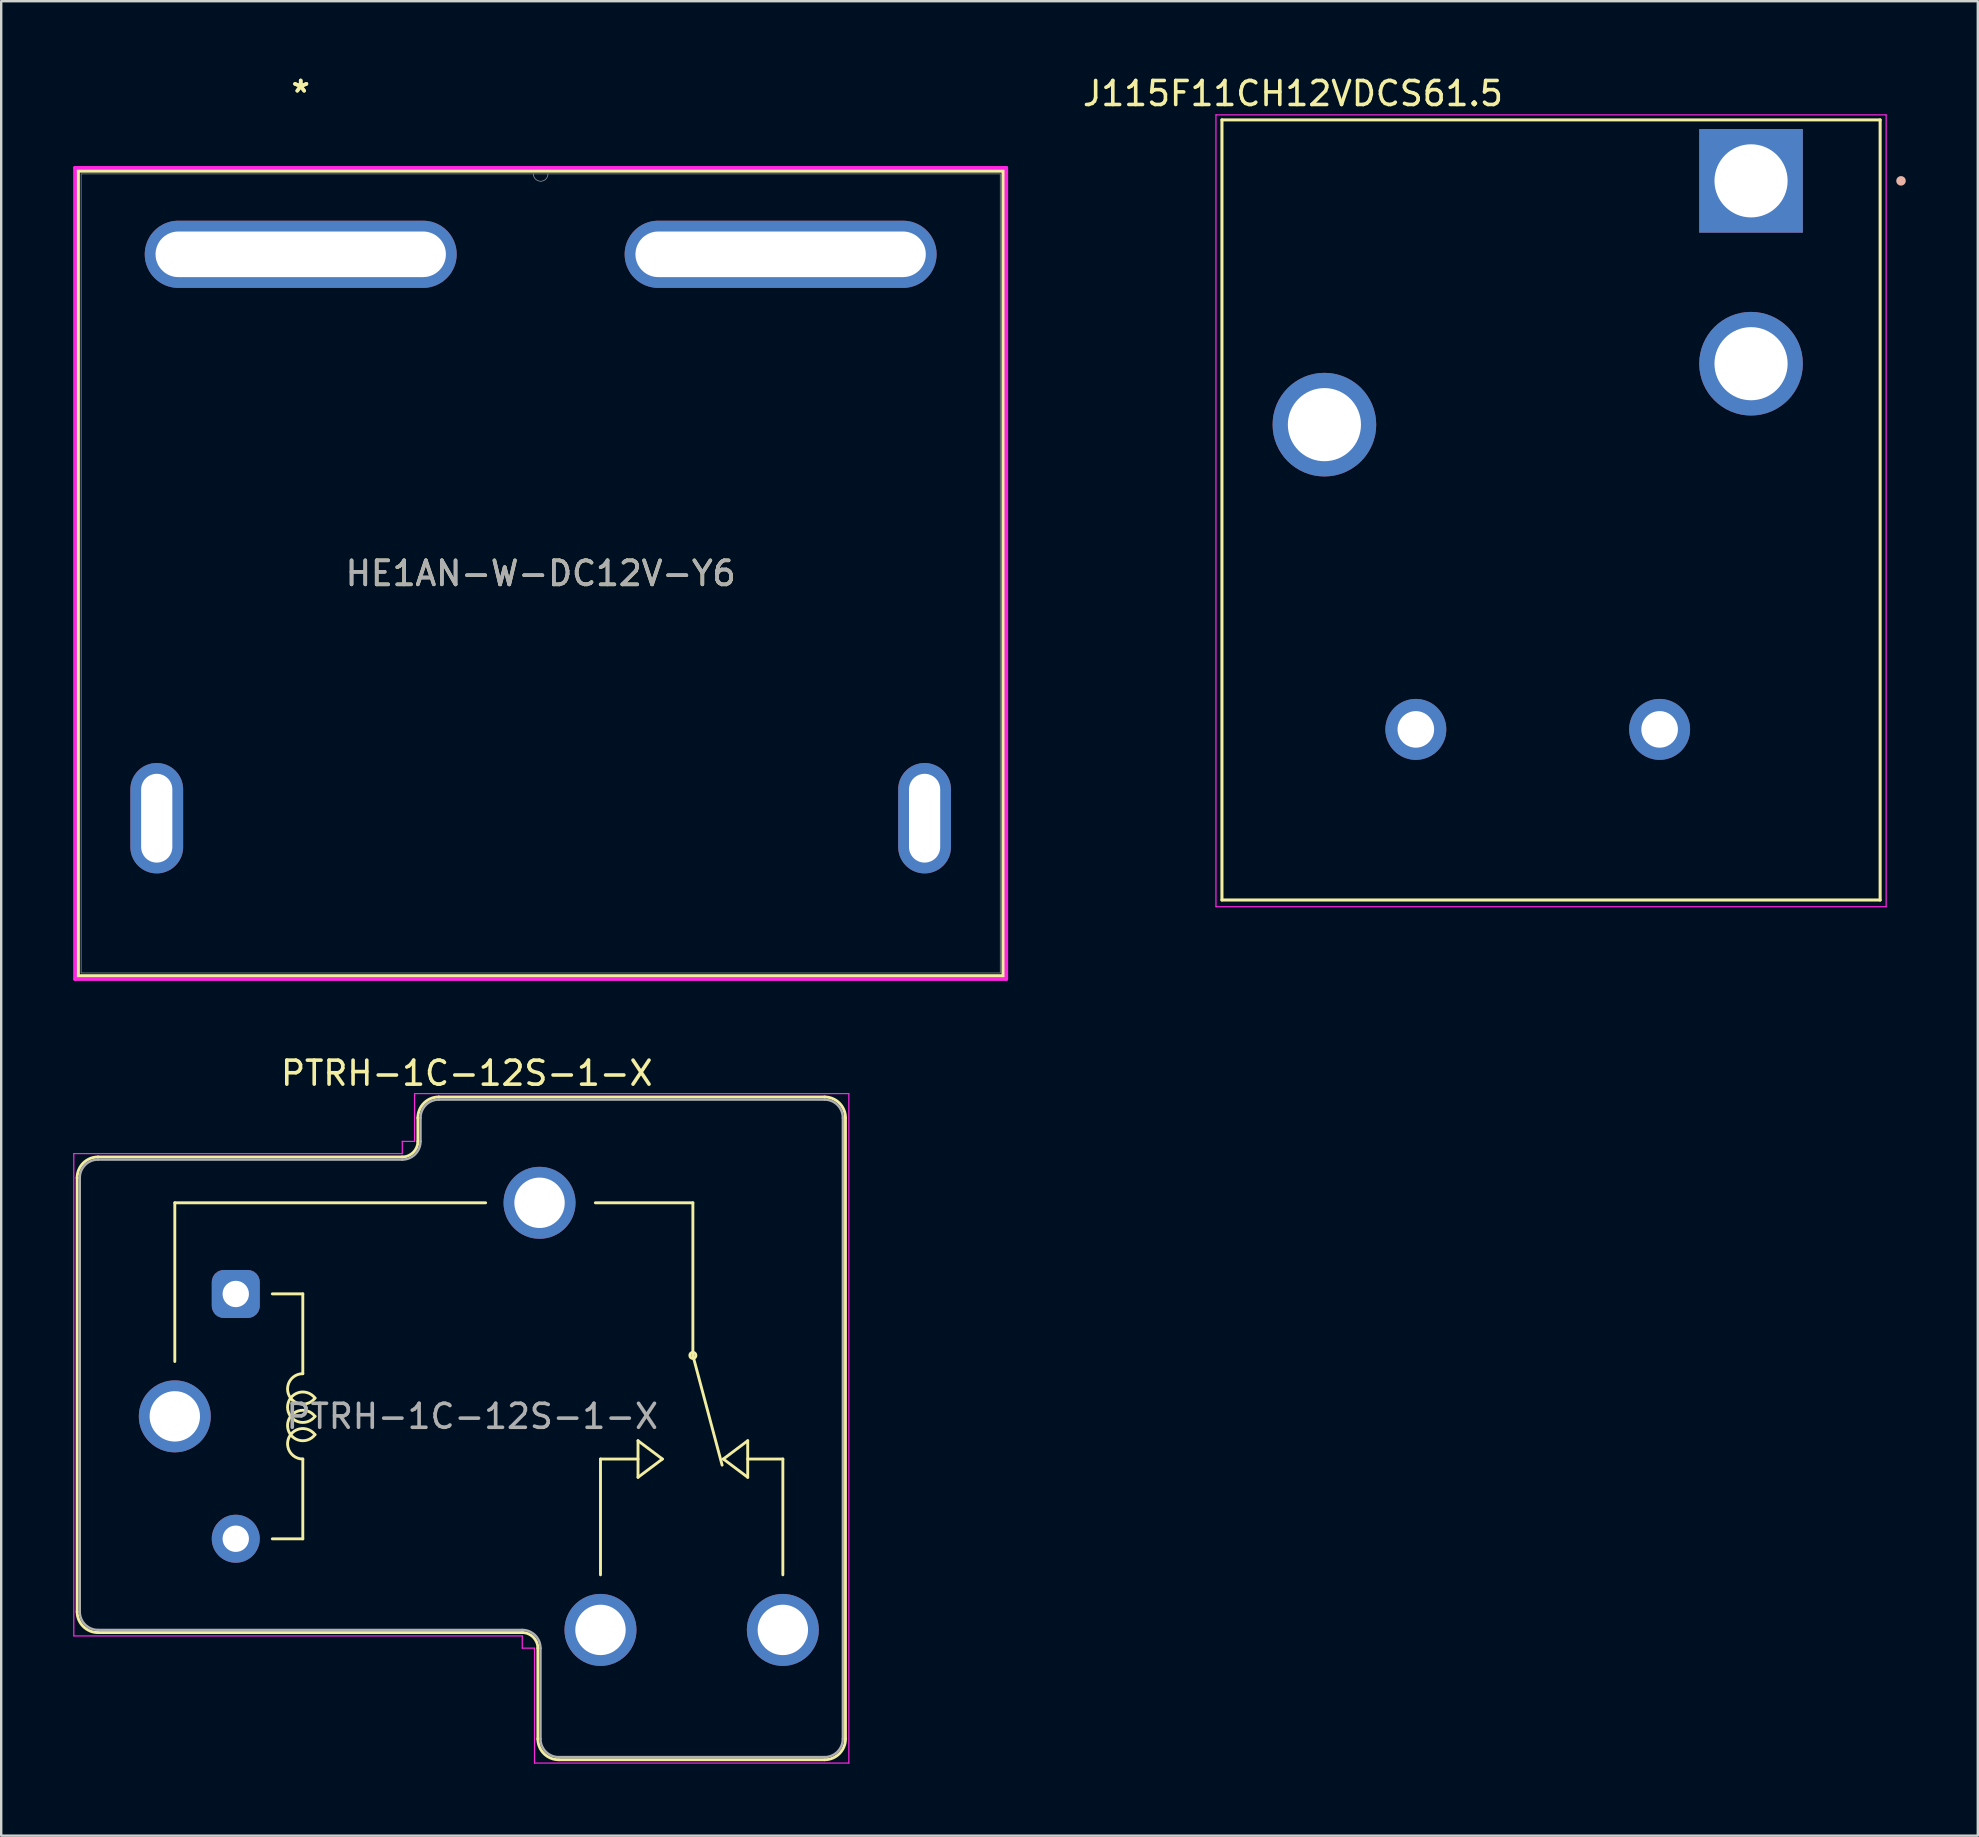
<source format=kicad_pcb>
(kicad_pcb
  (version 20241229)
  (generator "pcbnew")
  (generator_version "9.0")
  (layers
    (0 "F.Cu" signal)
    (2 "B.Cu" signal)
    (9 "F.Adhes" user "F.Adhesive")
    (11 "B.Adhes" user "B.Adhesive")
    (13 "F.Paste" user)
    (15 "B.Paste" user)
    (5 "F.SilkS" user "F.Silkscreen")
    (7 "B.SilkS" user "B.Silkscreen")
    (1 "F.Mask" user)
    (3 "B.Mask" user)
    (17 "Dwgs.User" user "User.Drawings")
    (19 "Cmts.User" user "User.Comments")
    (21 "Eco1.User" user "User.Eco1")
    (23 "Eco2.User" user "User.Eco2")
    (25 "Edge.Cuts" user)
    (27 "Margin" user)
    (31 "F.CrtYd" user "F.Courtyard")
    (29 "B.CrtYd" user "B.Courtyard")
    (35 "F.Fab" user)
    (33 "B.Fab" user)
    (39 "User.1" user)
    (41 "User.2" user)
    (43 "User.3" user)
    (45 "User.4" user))
  (footprint "HE1AN-W-DC12V-Y6"
    (layer "F.Cu")
    (at 9.482 7.548)
    (property "Reference" "HE1AN-W-DC12V-Y6" (at 10 13.3 0) (unlocked yes) (layer "F.SilkS") (effects (font (size 1 1) (thickness 0.15))))
    (attr through_hole)
    (fp_line (start -9.279 -3.477) (end -9.279 30.076) (stroke (width 0.152) (type solid)) (layer "F.SilkS"))
    (fp_line (start -9.279 30.076) (end 29.279 30.076) (stroke (width 0.152) (type solid)) (layer "F.SilkS"))
    (fp_line (start 29.279 -3.477) (end -9.279 -3.477) (stroke (width 0.152) (type solid)) (layer "F.SilkS"))
    (fp_line (start 29.279 30.076) (end 29.279 -3.477) (stroke (width 0.152) (type solid)) (layer "F.SilkS"))
    (fp_line (start -9.406 -3.604) (end 29.406 -3.604) (stroke (width 0.152) (type solid)) (layer "F.CrtYd"))
    (fp_line (start -9.406 30.203) (end -9.406 -3.604) (stroke (width 0.152) (type solid)) (layer "F.CrtYd"))
    (fp_line (start 29.406 -3.604) (end 29.406 30.203) (stroke (width 0.152) (type solid)) (layer "F.CrtYd"))
    (fp_line (start 29.406 30.203) (end -9.406 30.203) (stroke (width 0.152) (type solid)) (layer "F.CrtYd"))
    (fp_line (start -9.152 -3.35) (end -9.152 29.949) (stroke (width 0.025) (type solid)) (layer "F.Fab"))
    (fp_line (start -9.152 29.949) (end 29.152 29.949) (stroke (width 0.025) (type solid)) (layer "F.Fab"))
    (fp_line (start 29.152 -3.35) (end -9.152 -3.35) (stroke (width 0.025) (type solid)) (layer "F.Fab"))
    (fp_line (start 29.152 29.949) (end 29.152 -3.35) (stroke (width 0.025) (type solid)) (layer "F.Fab"))
    (fp_arc (start 10.3048 -3.35) (mid 10 -3.0452) (end 9.6952 -3.35) (stroke (width 0.0254) (type solid)) (layer "F.Fab"))
    (fp_circle (center 6 0) (end 6 0) (stroke (width 0.025) (type solid)) (fill no) (layer "F.Fab"))
    (fp_text user "*" (at 0 -6.7 0) (unlocked yes) (layer "F.SilkS") (effects (font (size 1 1) (thickness 0.15))))
    (fp_text user "*" (at 0 -6.7 0) (layer "F.SilkS") (effects (font (size 1 1) (thickness 0.15))))
    (fp_text user "*" (at 0 0 0) (unlocked yes) (layer "F.Fab") (effects (font (size 1 1) (thickness 0.15))))
    (fp_text user "${REFERENCE}" (at 10 13.3 0) (unlocked yes) (layer "F.Fab") (effects (font (size 1 1) (thickness 0.15))))
    (fp_text user "*" (at 0 0 0) (layer "F.Fab") (effects (font (size 1 1) (thickness 0.15))))
    (pad "1" thru_hole oval (at 0 0) (size 13 2.8) (drill oval 12.1 1.9) (layers "*.Cu" "*.Mask"))
    (pad "4" thru_hole oval (at 20 0) (size 13 2.8) (drill oval 12.1 1.9) (layers "*.Cu" "*.Mask"))
    (pad "5" thru_hole oval (at 26 23.5 90) (size 4.6 2.2) (drill oval 3.7 1.3) (layers "*.Cu" "*.Mask"))
    (pad "6" thru_hole oval (at -6 23.5 90) (size 4.6 2.2) (drill oval 3.7 1.3) (layers "*.Cu" "*.Mask")))
  (footprint "PTRH-1C-12S-1-X"
    (layer "F.Cu")
    (at 4.235 55.976)
    (property "Reference" "PTRH-1C-12S-1-X" (at 12.167 -14.3 0) (layer "F.SilkS") (effects (font (size 1 1) (thickness 0.15))))
    (attr through_hole)
    (fp_line (start -4.07 -9.94) (end -4.07 8.14) (stroke (width 0.12) (type solid)) (layer "F.SilkS"))
    (fp_line (start -3.2 -10.81) (end 9.48 -10.81) (stroke (width 0.12) (type solid)) (layer "F.SilkS"))
    (fp_line (start -3.2 9.01) (end 14.48 9.01) (stroke (width 0.12) (type solid)) (layer "F.SilkS"))
    (fp_line (start 0 -8.9) (end 0 -2.286) (stroke (width 0.12) (type solid)) (layer "F.SilkS"))
    (fp_line (start 0 -8.9) (end 12.954 -8.9) (stroke (width 0.12) (type solid)) (layer "F.SilkS"))
    (fp_line (start 4.064 -5.105) (end 5.334 -5.105) (stroke (width 0.12) (type solid)) (layer "F.SilkS"))
    (fp_line (start 5.334 -1.778) (end 5.334 -5.105) (stroke (width 0.12) (type solid)) (layer "F.SilkS"))
    (fp_line (start 5.334 5.105) (end 4.064 5.105) (stroke (width 0.12) (type solid)) (layer "F.SilkS"))
    (fp_line (start 5.334 5.105) (end 5.334 1.778) (stroke (width 0.12) (type solid)) (layer "F.SilkS"))
    (fp_line (start 10.13 -12.44) (end 10.13 -11.46) (stroke (width 0.12) (type solid)) (layer "F.SilkS"))
    (fp_line (start 11 -13.31) (end 27.08 -13.31) (stroke (width 0.12) (type solid)) (layer "F.SilkS"))
    (fp_line (start 15.13 9.66) (end 15.13 13.44) (stroke (width 0.12) (type solid)) (layer "F.SilkS"))
    (fp_line (start 16 14.31) (end 27.08 14.31) (stroke (width 0.12) (type solid)) (layer "F.SilkS"))
    (fp_line (start 17.74 1.778) (end 19.304 1.778) (stroke (width 0.12) (type solid)) (layer "F.SilkS"))
    (fp_line (start 17.74 6.604) (end 17.74 1.778) (stroke (width 0.12) (type solid)) (layer "F.SilkS"))
    (fp_line (start 19.304 1.016) (end 19.304 2.54) (stroke (width 0.12) (type solid)) (layer "F.SilkS"))
    (fp_line (start 19.304 2.54) (end 20.32 1.778) (stroke (width 0.12) (type solid)) (layer "F.SilkS"))
    (fp_line (start 20.32 1.778) (end 19.304 1.016) (stroke (width 0.12) (type solid)) (layer "F.SilkS"))
    (fp_line (start 21.59 -8.9) (end 17.526 -8.9) (stroke (width 0.12) (type solid)) (layer "F.SilkS"))
    (fp_line (start 21.59 -2.54) (end 21.59 -8.9) (stroke (width 0.12) (type solid)) (layer "F.SilkS"))
    (fp_line (start 21.59 -2.54) (end 22.809 2.032) (stroke (width 0.12) (type solid)) (layer "F.SilkS"))
    (fp_line (start 22.86 1.778) (end 23.876 1.016) (stroke (width 0.12) (type solid)) (layer "F.SilkS"))
    (fp_line (start 23.876 1.778) (end 25.34 1.778) (stroke (width 0.12) (type solid)) (layer "F.SilkS"))
    (fp_line (start 23.876 2.54) (end 22.86 1.778) (stroke (width 0.12) (type solid)) (layer "F.SilkS"))
    (fp_line (start 23.876 2.54) (end 23.876 1.016) (stroke (width 0.12) (type solid)) (layer "F.SilkS"))
    (fp_line (start 25.34 1.778) (end 25.34 6.604) (stroke (width 0.12) (type solid)) (layer "F.SilkS"))
    (fp_line (start 27.95 -12.44) (end 27.95 13.44) (stroke (width 0.12) (type solid)) (layer "F.SilkS"))
    (fp_arc (start -4.07 -9.94) (mid -3.815183 -10.555183) (end -3.2 -10.81) (stroke (width 0.12) (type solid)) (layer "F.SilkS"))
    (fp_arc (start -3.2 9.01) (mid -3.815183 8.755183) (end -4.07 8.14) (stroke (width 0.12) (type solid)) (layer "F.SilkS"))
    (fp_arc (start 5.334002 1.777997) (mid 4.765966 0.859166) (end 5.841802 0.76173) (stroke (width 0.12) (type solid)) (layer "F.SilkS"))
    (fp_arc (start 5.8418 -0.761733) (mid 4.765964 -0.859168) (end 5.334 -1.778) (stroke (width 0.12) (type solid)) (layer "F.SilkS"))
    (fp_arc (start 5.842265 -0.000355) (mid 4.699002 -0.38078) (end 5.842 -0.762001) (stroke (width 0.12) (type solid)) (layer "F.SilkS"))
    (fp_arc (start 5.842266 0.761644) (mid 4.699003 0.381219) (end 5.842001 -0.000002) (stroke (width 0.12) (type solid)) (layer "F.SilkS"))
    (fp_arc (start 10.13 -12.44) (mid 10.384817 -13.055183) (end 11 -13.31) (stroke (width 0.12) (type solid)) (layer "F.SilkS"))
    (fp_arc (start 10.13 -11.46) (mid 9.939619 -11.000381) (end 9.48 -10.81) (stroke (width 0.12) (type solid)) (layer "F.SilkS"))
    (fp_arc (start 14.48 9.01) (mid 14.939619 9.200381) (end 15.13 9.66) (stroke (width 0.12) (type solid)) (layer "F.SilkS"))
    (fp_arc (start 16 14.31) (mid 15.384817 14.055183) (end 15.13 13.44) (stroke (width 0.12) (type solid)) (layer "F.SilkS"))
    (fp_arc (start 27.08 -13.31) (mid 27.695183 -13.055183) (end 27.95 -12.44) (stroke (width 0.12) (type solid)) (layer "F.SilkS"))
    (fp_arc (start 27.95 13.44) (mid 27.695183 14.055183) (end 27.08 14.31) (stroke (width 0.12) (type solid)) (layer "F.SilkS"))
    (fp_circle (center 21.59 -2.54) (end 21.59 -2.413) (stroke (width 0.12) (type solid)) (fill no) (layer "F.SilkS"))
    (fp_line (start -4.21 -10.95) (end -4.21 9.15) (stroke (width 0.05) (type solid)) (layer "F.CrtYd"))
    (fp_line (start -4.21 -10.95) (end 9.48 -10.95) (stroke (width 0.05) (type solid)) (layer "F.CrtYd"))
    (fp_line (start -4.21 9.15) (end 14.48 9.15) (stroke (width 0.05) (type solid)) (layer "F.CrtYd"))
    (fp_line (start 9.48 -11.46) (end 9.48 -10.95) (stroke (width 0.05) (type solid)) (layer "F.CrtYd"))
    (fp_line (start 9.48 -11.46) (end 9.99 -11.46) (stroke (width 0.05) (type solid)) (layer "F.CrtYd"))
    (fp_line (start 9.99 -13.45) (end 9.99 -11.46) (stroke (width 0.05) (type solid)) (layer "F.CrtYd"))
    (fp_line (start 9.99 -13.45) (end 28.09 -13.45) (stroke (width 0.05) (type solid)) (layer "F.CrtYd"))
    (fp_line (start 14.48 9.15) (end 14.48 9.66) (stroke (width 0.05) (type solid)) (layer "F.CrtYd"))
    (fp_line (start 14.48 9.66) (end 14.99 9.66) (stroke (width 0.05) (type solid)) (layer "F.CrtYd"))
    (fp_line (start 14.99 9.66) (end 14.99 14.45) (stroke (width 0.05) (type solid)) (layer "F.CrtYd"))
    (fp_line (start 14.99 14.45) (end 28.09 14.45) (stroke (width 0.05) (type solid)) (layer "F.CrtYd"))
    (fp_line (start 28.09 -13.45) (end 28.09 14.45) (stroke (width 0.05) (type solid)) (layer "F.CrtYd"))
    (fp_line (start -3.96 -9.94) (end -3.96 8.14) (stroke (width 0.1) (type solid)) (layer "F.Fab"))
    (fp_line (start -3.2 -10.7) (end 9.48 -10.7) (stroke (width 0.1) (type solid)) (layer "F.Fab"))
    (fp_line (start -3.2 8.9) (end 14.48 8.9) (stroke (width 0.1) (type solid)) (layer "F.Fab"))
    (fp_line (start 10.24 -12.44) (end 10.24 -11.46) (stroke (width 0.1) (type solid)) (layer "F.Fab"))
    (fp_line (start 11 -13.2) (end 27.08 -13.2) (stroke (width 0.1) (type solid)) (layer "F.Fab"))
    (fp_line (start 15.24 9.66) (end 15.24 13.44) (stroke (width 0.1) (type solid)) (layer "F.Fab"))
    (fp_line (start 16 14.2) (end 27.08 14.2) (stroke (width 0.1) (type solid)) (layer "F.Fab"))
    (fp_line (start 27.84 -12.44) (end 27.84 13.44) (stroke (width 0.1) (type solid)) (layer "F.Fab"))
    (fp_arc (start -3.96 -9.94) (mid -3.737401 -10.477401) (end -3.2 -10.7) (stroke (width 0.1) (type solid)) (layer "F.Fab"))
    (fp_arc (start -3.2 8.9) (mid -3.737401 8.677401) (end -3.96 8.14) (stroke (width 0.1) (type solid)) (layer "F.Fab"))
    (fp_arc (start 10.24 -12.44) (mid 10.462599 -12.977401) (end 11 -13.2) (stroke (width 0.1) (type solid)) (layer "F.Fab"))
    (fp_arc (start 10.24 -11.46) (mid 10.017401 -10.922599) (end 9.48 -10.7) (stroke (width 0.1) (type solid)) (layer "F.Fab"))
    (fp_arc (start 14.48 8.9) (mid 15.017401 9.122599) (end 15.24 9.66) (stroke (width 0.1) (type solid)) (layer "F.Fab"))
    (fp_arc (start 16 14.2) (mid 15.462599 13.977401) (end 15.24 13.44) (stroke (width 0.1) (type solid)) (layer "F.Fab"))
    (fp_arc (start 27.08 -13.2) (mid 27.617401 -12.977401) (end 27.84 -12.44) (stroke (width 0.1) (type solid)) (layer "F.Fab"))
    (fp_arc (start 27.84 13.44) (mid 27.617401 13.977401) (end 27.08 14.2) (stroke (width 0.1) (type solid)) (layer "F.Fab"))
    (fp_text user "${REFERENCE}" (at 12.395 0 0) (layer "F.Fab") (effects (font (size 1 1) (thickness 0.15))))
    (pad "11A" thru_hole circle (at 0 0 180) (size 3 3) (drill 2.1) (layers "*.Cu" "*.Mask"))
    (pad "11B" thru_hole circle (at 15.2 -8.9 180) (size 3 3) (drill 2.1) (layers "*.Cu" "*.Mask"))
    (pad "12" thru_hole circle (at 25.34 8.9 180) (size 3 3) (drill 2.1) (layers "*.Cu" "*.Mask"))
    (pad "14" thru_hole circle (at 17.74 8.9 180) (size 3 3) (drill 2.1) (layers "*.Cu" "*.Mask"))
    (pad "A1" thru_hole roundrect (at 2.54 -5.1 180) (size 2 2) (drill 1.1) (layers "*.Cu" "*.Mask") (roundrect_rratio 0.25))
    (pad "A2" thru_hole circle (at 2.54 5.1 180) (size 2 2) (drill 1.1) (layers "*.Cu" "*.Mask")))
  (footprint "J115F11CH12VDCS61.5"
    (layer "F.Cu")
    (at 69.924 4.487)
    (property "Reference" "J115F11CH12VDCS61.5" (at -19.091 -3.638 0) (layer "F.SilkS") (effects (font (size 1.001 1.001) (thickness 0.15))))
    (attr through_hole)
    (fp_line (start -22.05 -2.54) (end -22.05 29.97) (stroke (width 0.127) (type solid)) (layer "F.SilkS"))
    (fp_line (start -22.05 29.97) (end 5.38 29.97) (stroke (width 0.127) (type solid)) (layer "F.SilkS"))
    (fp_line (start 5.38 -2.54) (end -22.05 -2.54) (stroke (width 0.127) (type solid)) (layer "F.SilkS"))
    (fp_line (start 5.38 29.97) (end 5.38 -2.54) (stroke (width 0.127) (type solid)) (layer "F.SilkS"))
    (fp_circle (center 6.25 0) (end 6.35 0) (stroke (width 0.2) (type solid)) (fill no) (layer "B.SilkS"))
    (fp_line (start -22.3 -2.75) (end -22.3 30.25) (stroke (width 0.05) (type solid)) (layer "F.CrtYd"))
    (fp_line (start -22.3 30.25) (end 5.63 30.25) (stroke (width 0.05) (type solid)) (layer "F.CrtYd"))
    (fp_line (start 5.63 -2.75) (end -22.3 -2.75) (stroke (width 0.05) (type solid)) (layer "F.CrtYd"))
    (fp_line (start 5.63 30.25) (end 5.63 -2.75) (stroke (width 0.05) (type solid)) (layer "F.CrtYd"))
    (pad "1" thru_hole rect (at 0 0) (size 4.318 4.318) (drill 3.048) (layers "*.Cu" "*.Mask"))
    (pad "2" thru_hole circle (at 0 7.62) (size 4.318 4.318) (drill 3.048) (layers "*.Cu" "*.Mask"))
    (pad "3" thru_hole circle (at -3.81 22.86) (size 2.54 2.54) (drill 1.524) (layers "*.Cu" "*.Mask"))
    (pad "4" thru_hole circle (at -13.97 22.86) (size 2.54 2.54) (drill 1.524) (layers "*.Cu" "*.Mask"))
    (pad "5" thru_hole circle (at -17.78 10.16) (size 4.318 4.318) (drill 3.048) (layers "*.Cu" "*.Mask")))
  (gr_rect
    (start -3 -3)
    (end 79.374 73.451)
    (stroke (width 0.1) (type default))
    (fill no)
    (layer "Edge.Cuts")))
</source>
